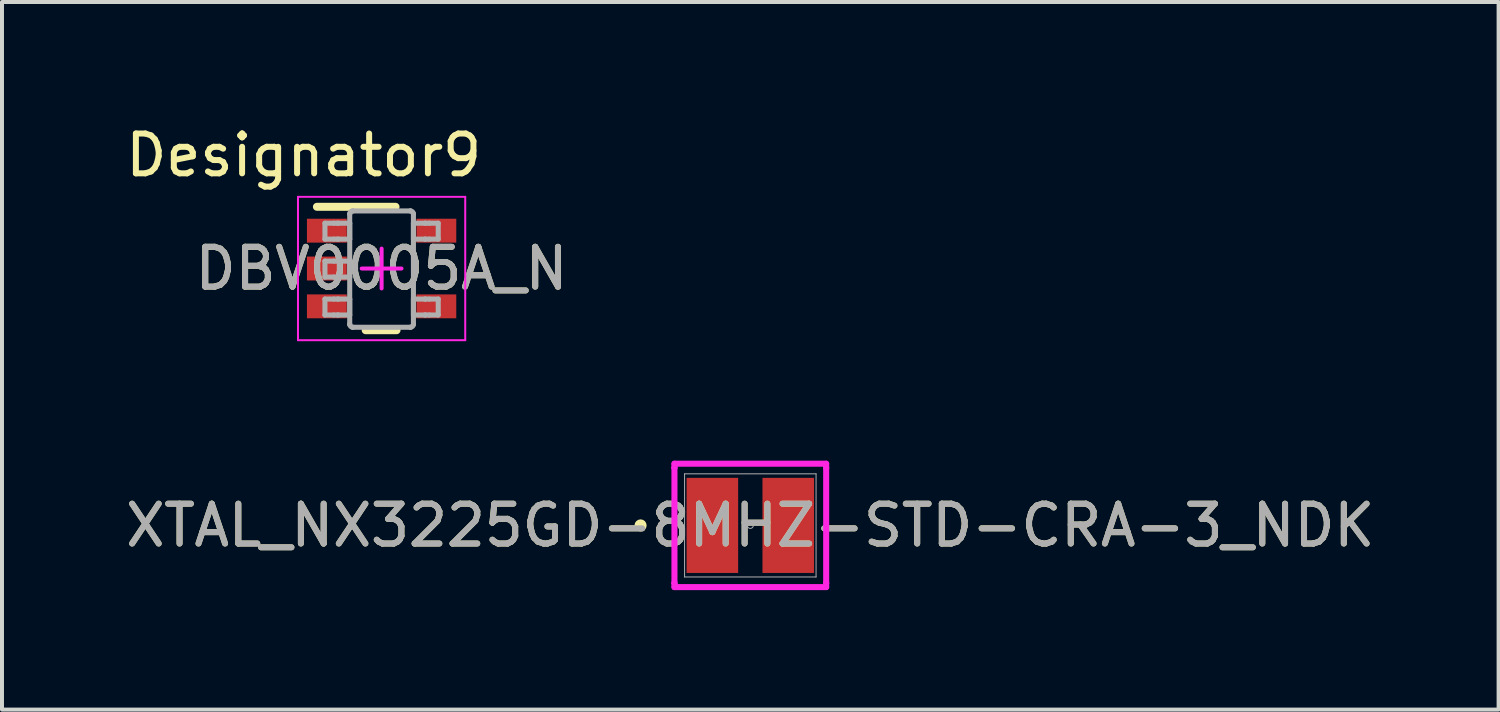
<source format=kicad_pcb>
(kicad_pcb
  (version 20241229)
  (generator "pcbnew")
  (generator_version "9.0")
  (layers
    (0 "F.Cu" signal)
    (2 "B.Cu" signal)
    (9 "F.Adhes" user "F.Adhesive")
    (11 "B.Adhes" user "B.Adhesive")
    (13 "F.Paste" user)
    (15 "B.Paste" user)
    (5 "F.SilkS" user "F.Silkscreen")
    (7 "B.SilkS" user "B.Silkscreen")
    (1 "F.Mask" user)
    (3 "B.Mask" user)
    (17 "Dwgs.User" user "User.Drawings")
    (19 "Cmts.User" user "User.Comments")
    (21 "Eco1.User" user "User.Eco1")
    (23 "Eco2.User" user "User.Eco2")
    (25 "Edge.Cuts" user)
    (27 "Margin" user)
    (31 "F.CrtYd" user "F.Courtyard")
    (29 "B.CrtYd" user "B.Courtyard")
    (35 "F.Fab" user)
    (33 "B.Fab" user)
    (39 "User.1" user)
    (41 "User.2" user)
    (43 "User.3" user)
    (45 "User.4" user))
  (footprint "XTAL_NX3225GD-8MHZ-STD-CRA-3_NDK"
    (layer "F.Cu")
    (at 15.792 10.144)
    (property "Reference" "XTAL_NX3225GD-8MHZ-STD-CRA-3_NDK" (at 0 0 0) (unlocked yes) (layer "F.SilkS") (effects (font (size 1 1) (thickness 0.15))))
    (attr smd)
    (fp_circle (center -2.756 0) (end -2.68 0) (stroke (width 0.152) (type solid)) (fill no) (layer "F.SilkS"))
    (fp_line (start -1.905 -1.549) (end 1.905 -1.549) (stroke (width 0.152) (type solid)) (layer "F.CrtYd"))
    (fp_line (start -1.905 -1.448) (end -1.905 -1.549) (stroke (width 0.152) (type solid)) (layer "F.CrtYd"))
    (fp_line (start -1.905 -1.448) (end -1.905 -1.448) (stroke (width 0.152) (type solid)) (layer "F.CrtYd"))
    (fp_line (start -1.905 1.448) (end -1.905 -1.448) (stroke (width 0.152) (type solid)) (layer "F.CrtYd"))
    (fp_line (start -1.905 1.448) (end -1.905 1.448) (stroke (width 0.152) (type solid)) (layer "F.CrtYd"))
    (fp_line (start -1.905 1.549) (end -1.905 1.448) (stroke (width 0.152) (type solid)) (layer "F.CrtYd"))
    (fp_line (start 1.905 -1.549) (end 1.905 -1.448) (stroke (width 0.152) (type solid)) (layer "F.CrtYd"))
    (fp_line (start 1.905 -1.448) (end 1.905 -1.448) (stroke (width 0.152) (type solid)) (layer "F.CrtYd"))
    (fp_line (start 1.905 -1.448) (end 1.905 1.448) (stroke (width 0.152) (type solid)) (layer "F.CrtYd"))
    (fp_line (start 1.905 1.448) (end 1.905 1.448) (stroke (width 0.152) (type solid)) (layer "F.CrtYd"))
    (fp_line (start 1.905 1.448) (end 1.905 1.549) (stroke (width 0.152) (type solid)) (layer "F.CrtYd"))
    (fp_line (start 1.905 1.549) (end -1.905 1.549) (stroke (width 0.152) (type solid)) (layer "F.CrtYd"))
    (fp_line (start -1.651 -1.295) (end -1.651 1.295) (stroke (width 0.025) (type solid)) (layer "F.Fab"))
    (fp_line (start -1.651 1.295) (end 1.651 1.295) (stroke (width 0.025) (type solid)) (layer "F.Fab"))
    (fp_line (start 1.651 -1.295) (end -1.651 -1.295) (stroke (width 0.025) (type solid)) (layer "F.Fab"))
    (fp_line (start 1.651 1.295) (end 1.651 -1.295) (stroke (width 0.025) (type solid)) (layer "F.Fab"))
    (fp_circle (center 0 0) (end 0.076 0) (stroke (width 0.025) (type solid)) (fill no) (layer "F.Fab"))
    (fp_text user "${REFERENCE}" (at 0 0 0) (unlocked yes) (layer "F.Fab") (effects (font (size 1 1) (thickness 0.15))))
    (pad "1" smd rect (at -0.953 0) (size 1.295 2.388) (layers "F.Cu" "F.Mask" "F.Paste"))
    (pad "2" smd rect (at 0.953 0) (size 1.295 2.388) (layers "F.Cu" "F.Mask" "F.Paste")))
  (footprint "DBV0005A_N"
    (layer "F.Cu")
    (at 6.533 3.693)
    (property "Reference" "DBV0005A_N" (at 0 0 0) (unlocked yes) (layer "F.SilkS") (effects (font (size 1 1) (thickness 0.15))))
    (attr smd)
    (fp_line (start -1.625 -1.55) (end 0.35 -1.55) (stroke (width 0.2) (type solid)) (layer "F.SilkS"))
    (fp_line (start -0.4 1.55) (end 0.375 1.55) (stroke (width 0.2) (type solid)) (layer "F.SilkS"))
    (fp_line (start -2.1 -1.8) (end 2.1 -1.8) (stroke (width 0.05) (type solid)) (layer "F.CrtYd"))
    (fp_line (start -2.1 1.8) (end -2.1 -1.8) (stroke (width 0.05) (type solid)) (layer "F.CrtYd"))
    (fp_line (start -2.1 1.8) (end 2.1 1.8) (stroke (width 0.05) (type solid)) (layer "F.CrtYd"))
    (fp_line (start -0.5 0) (end 0.5 0) (stroke (width 0.1) (type solid)) (layer "F.CrtYd"))
    (fp_line (start 0 0.5) (end 0 -0.5) (stroke (width 0.1) (type solid)) (layer "F.CrtYd"))
    (fp_line (start 2.1 1.8) (end 2.1 -1.8) (stroke (width 0.05) (type solid)) (layer "F.CrtYd"))
    (fp_line (start -1.423 -1.138) (end -1.199 -1.138) (stroke (width 0.127) (type solid)) (layer "F.Fab"))
    (fp_line (start -1.423 -0.738) (end -1.423 -1.138) (stroke (width 0.127) (type solid)) (layer "F.Fab"))
    (fp_line (start -1.423 -0.738) (end -1.199 -0.738) (stroke (width 0.127) (type solid)) (layer "F.Fab"))
    (fp_line (start -1.423 -0.186) (end -1.199 -0.186) (stroke (width 0.127) (type solid)) (layer "F.Fab"))
    (fp_line (start -1.423 0.215) (end -1.423 -0.186) (stroke (width 0.127) (type solid)) (layer "F.Fab"))
    (fp_line (start -1.423 0.215) (end -1.199 0.215) (stroke (width 0.127) (type solid)) (layer "F.Fab"))
    (fp_line (start -1.423 0.767) (end -1.199 0.767) (stroke (width 0.127) (type solid)) (layer "F.Fab"))
    (fp_line (start -1.423 1.167) (end -1.423 0.767) (stroke (width 0.127) (type solid)) (layer "F.Fab"))
    (fp_line (start -1.423 1.167) (end -1.199 1.167) (stroke (width 0.127) (type solid)) (layer "F.Fab"))
    (fp_line (start -1.199 -1.138) (end -1.105 -1.138) (stroke (width 0.127) (type solid)) (layer "F.Fab"))
    (fp_line (start -1.199 -0.738) (end -1.105 -0.738) (stroke (width 0.127) (type solid)) (layer "F.Fab"))
    (fp_line (start -1.199 -0.186) (end -1.105 -0.186) (stroke (width 0.127) (type solid)) (layer "F.Fab"))
    (fp_line (start -1.199 0.215) (end -1.105 0.215) (stroke (width 0.127) (type solid)) (layer "F.Fab"))
    (fp_line (start -1.199 0.767) (end -1.105 0.767) (stroke (width 0.127) (type solid)) (layer "F.Fab"))
    (fp_line (start -1.199 1.167) (end -1.105 1.167) (stroke (width 0.127) (type solid)) (layer "F.Fab"))
    (fp_line (start -1.105 -1.138) (end -1.088 -1.138) (stroke (width 0.127) (type solid)) (layer "F.Fab"))
    (fp_line (start -1.105 -0.738) (end -1.088 -0.738) (stroke (width 0.127) (type solid)) (layer "F.Fab"))
    (fp_line (start -1.105 -0.186) (end -1.088 -0.186) (stroke (width 0.127) (type solid)) (layer "F.Fab"))
    (fp_line (start -1.105 0.215) (end -1.088 0.215) (stroke (width 0.127) (type solid)) (layer "F.Fab"))
    (fp_line (start -1.105 0.767) (end -1.088 0.767) (stroke (width 0.127) (type solid)) (layer "F.Fab"))
    (fp_line (start -1.105 1.167) (end -1.088 1.167) (stroke (width 0.127) (type solid)) (layer "F.Fab"))
    (fp_line (start -1.088 -1.138) (end -0.835 -1.138) (stroke (width 0.127) (type solid)) (layer "F.Fab"))
    (fp_line (start -1.088 -0.738) (end -0.835 -0.738) (stroke (width 0.127) (type solid)) (layer "F.Fab"))
    (fp_line (start -1.088 -0.186) (end -0.835 -0.186) (stroke (width 0.127) (type solid)) (layer "F.Fab"))
    (fp_line (start -1.088 0.215) (end -0.835 0.215) (stroke (width 0.127) (type solid)) (layer "F.Fab"))
    (fp_line (start -1.088 0.767) (end -0.835 0.767) (stroke (width 0.127) (type solid)) (layer "F.Fab"))
    (fp_line (start -1.088 1.167) (end -0.835 1.167) (stroke (width 0.127) (type solid)) (layer "F.Fab"))
    (fp_line (start -0.835 -1.138) (end -0.801 -1.138) (stroke (width 0.127) (type solid)) (layer "F.Fab"))
    (fp_line (start -0.835 -0.738) (end -0.801 -0.738) (stroke (width 0.127) (type solid)) (layer "F.Fab"))
    (fp_line (start -0.835 -0.186) (end -0.801 -0.186) (stroke (width 0.127) (type solid)) (layer "F.Fab"))
    (fp_line (start -0.835 0.215) (end -0.801 0.215) (stroke (width 0.127) (type solid)) (layer "F.Fab"))
    (fp_line (start -0.835 0.767) (end -0.801 0.767) (stroke (width 0.127) (type solid)) (layer "F.Fab"))
    (fp_line (start -0.835 1.167) (end -0.801 1.167) (stroke (width 0.127) (type solid)) (layer "F.Fab"))
    (fp_line (start -0.801 -1.37) (end -0.801 -1.371) (stroke (width 0.127) (type solid)) (layer "F.Fab"))
    (fp_line (start -0.801 -0.738) (end -0.801 -1.138) (stroke (width 0.127) (type solid)) (layer "F.Fab"))
    (fp_line (start -0.801 0.215) (end -0.801 -0.186) (stroke (width 0.127) (type solid)) (layer "F.Fab"))
    (fp_line (start -0.801 1.167) (end -0.801 0.767) (stroke (width 0.127) (type solid)) (layer "F.Fab"))
    (fp_line (start -0.801 1.399) (end -0.801 -1.37) (stroke (width 0.127) (type solid)) (layer "F.Fab"))
    (fp_line (start -0.801 1.4) (end -0.801 1.399) (stroke (width 0.127) (type solid)) (layer "F.Fab"))
    (fp_line (start -0.725 -1.446) (end -0.725 -1.446) (stroke (width 0.127) (type solid)) (layer "F.Fab"))
    (fp_line (start -0.725 1.475) (end -0.725 1.475) (stroke (width 0.127) (type solid)) (layer "F.Fab"))
    (fp_line (start -0.725 -1.446) (end 0.723 -1.446) (stroke (width 0.127) (type solid)) (layer "F.Fab"))
    (fp_line (start -0.725 1.475) (end 0.723 1.475) (stroke (width 0.127) (type solid)) (layer "F.Fab"))
    (fp_line (start 0.723 -1.446) (end 0.724 -1.446) (stroke (width 0.127) (type solid)) (layer "F.Fab"))
    (fp_line (start 0.723 1.475) (end 0.724 1.475) (stroke (width 0.127) (type solid)) (layer "F.Fab"))
    (fp_line (start 0.799 -1.37) (end 0.799 -1.371) (stroke (width 0.127) (type solid)) (layer "F.Fab"))
    (fp_line (start 0.799 -1.138) (end 0.834 -1.138) (stroke (width 0.127) (type solid)) (layer "F.Fab"))
    (fp_line (start 0.799 -0.738) (end 0.799 -1.138) (stroke (width 0.127) (type solid)) (layer "F.Fab"))
    (fp_line (start 0.799 -0.738) (end 0.834 -0.738) (stroke (width 0.127) (type solid)) (layer "F.Fab"))
    (fp_line (start 0.799 0.767) (end 0.834 0.767) (stroke (width 0.127) (type solid)) (layer "F.Fab"))
    (fp_line (start 0.799 1.167) (end 0.799 0.767) (stroke (width 0.127) (type solid)) (layer "F.Fab"))
    (fp_line (start 0.799 1.167) (end 0.834 1.167) (stroke (width 0.127) (type solid)) (layer "F.Fab"))
    (fp_line (start 0.799 1.399) (end 0.799 -1.37) (stroke (width 0.127) (type solid)) (layer "F.Fab"))
    (fp_line (start 0.799 1.4) (end 0.799 1.399) (stroke (width 0.127) (type solid)) (layer "F.Fab"))
    (fp_line (start 0.834 -1.138) (end 1.087 -1.138) (stroke (width 0.127) (type solid)) (layer "F.Fab"))
    (fp_line (start 0.834 -0.738) (end 1.087 -0.738) (stroke (width 0.127) (type solid)) (layer "F.Fab"))
    (fp_line (start 0.834 0.767) (end 1.087 0.767) (stroke (width 0.127) (type solid)) (layer "F.Fab"))
    (fp_line (start 0.834 1.167) (end 1.087 1.167) (stroke (width 0.127) (type solid)) (layer "F.Fab"))
    (fp_line (start 1.087 -1.138) (end 1.103 -1.138) (stroke (width 0.127) (type solid)) (layer "F.Fab"))
    (fp_line (start 1.087 -0.738) (end 1.103 -0.738) (stroke (width 0.127) (type solid)) (layer "F.Fab"))
    (fp_line (start 1.087 0.767) (end 1.103 0.767) (stroke (width 0.127) (type solid)) (layer "F.Fab"))
    (fp_line (start 1.087 1.167) (end 1.103 1.167) (stroke (width 0.127) (type solid)) (layer "F.Fab"))
    (fp_line (start 1.103 -1.138) (end 1.198 -1.138) (stroke (width 0.127) (type solid)) (layer "F.Fab"))
    (fp_line (start 1.103 -0.738) (end 1.198 -0.738) (stroke (width 0.127) (type solid)) (layer "F.Fab"))
    (fp_line (start 1.103 0.767) (end 1.198 0.767) (stroke (width 0.127) (type solid)) (layer "F.Fab"))
    (fp_line (start 1.103 1.167) (end 1.198 1.167) (stroke (width 0.127) (type solid)) (layer "F.Fab"))
    (fp_line (start 1.198 -1.138) (end 1.422 -1.138) (stroke (width 0.127) (type solid)) (layer "F.Fab"))
    (fp_line (start 1.198 -0.738) (end 1.422 -0.738) (stroke (width 0.127) (type solid)) (layer "F.Fab"))
    (fp_line (start 1.198 0.767) (end 1.422 0.767) (stroke (width 0.127) (type solid)) (layer "F.Fab"))
    (fp_line (start 1.198 1.167) (end 1.422 1.167) (stroke (width 0.127) (type solid)) (layer "F.Fab"))
    (fp_line (start 1.422 -0.738) (end 1.422 -1.138) (stroke (width 0.127) (type solid)) (layer "F.Fab"))
    (fp_line (start 1.422 1.167) (end 1.422 0.767) (stroke (width 0.127) (type solid)) (layer "F.Fab"))
    (fp_arc (start -0.80074 -1.37084) (mid -0.778218 -1.423887) (end -0.724999 -1.445998) (stroke (width 0.127) (type solid)) (layer "F.Fab"))
    (fp_arc (start -0.724999 1.475) (mid -0.778213 1.452901) (end -0.80074 1.399867) (stroke (width 0.127) (type solid)) (layer "F.Fab"))
    (fp_arc (start 0.723714 -1.445998) (mid 0.776933 -1.423887) (end 0.799455 -1.37084) (stroke (width 0.127) (type solid)) (layer "F.Fab"))
    (fp_arc (start 0.799455 1.399868) (mid 0.776927 1.452901) (end 0.723713 1.475) (stroke (width 0.127) (type solid)) (layer "F.Fab"))
    (fp_text user "Designator9" (at -1.956 -2.845 0) (unlocked yes) (layer "F.SilkS") (effects (font (size 1 1) (thickness 0.15))))
    (fp_text user "${REFERENCE}" (at 0 0 0) (unlocked yes) (layer "F.Fab") (effects (font (size 1 1) (thickness 0.15))))
    (pad "1" smd rect (at -1.375 -0.95 90) (size 0.6 1) (layers "F.Cu" "F.Mask" "F.Paste"))
    (pad "2" smd rect (at -1.375 0 90) (size 0.6 1) (layers "F.Cu" "F.Mask" "F.Paste"))
    (pad "3" smd rect (at -1.375 0.95 90) (size 0.6 1) (layers "F.Cu" "F.Mask" "F.Paste"))
    (pad "4" smd rect (at 1.375 0.95 90) (size 0.6 1) (layers "F.Cu" "F.Mask" "F.Paste"))
    (pad "5" smd rect (at 1.375 -0.95 90) (size 0.6 1) (layers "F.Cu" "F.Mask" "F.Paste")))
  (gr_rect
    (start -3 -3)
    (end 34.583 14.769)
    (stroke (width 0.1) (type default))
    (fill no)
    (layer "Edge.Cuts")))
</source>
